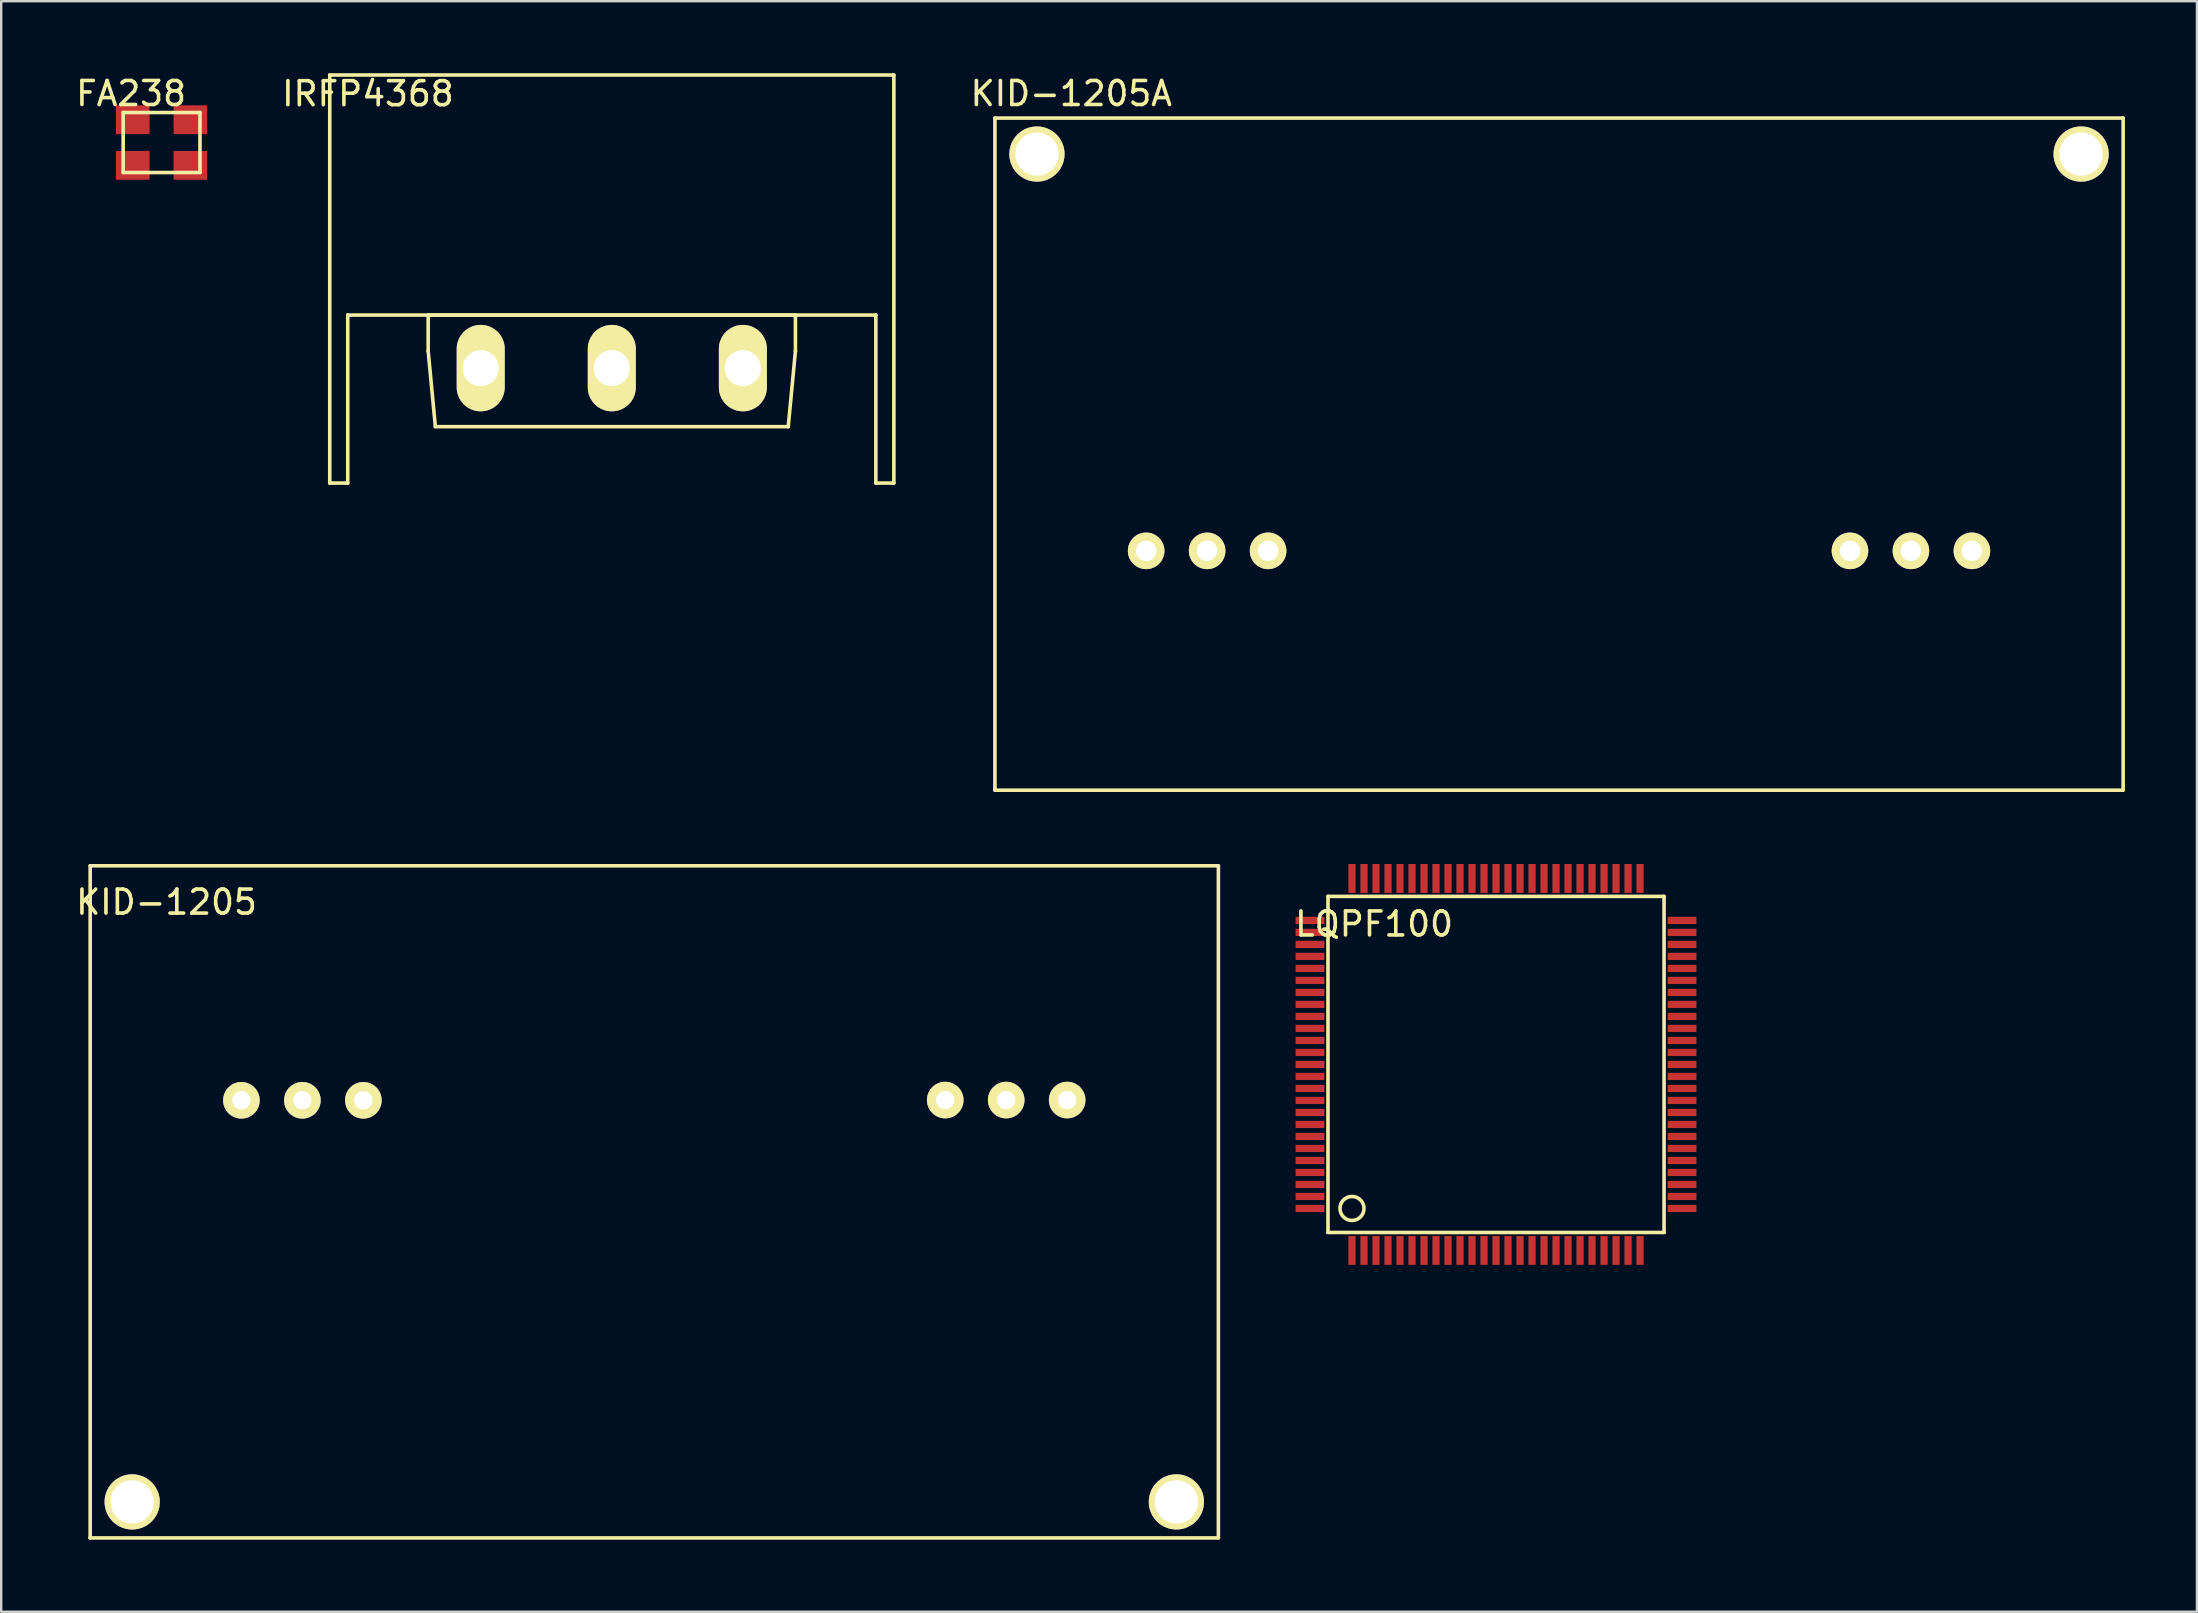
<source format=kicad_pcb>
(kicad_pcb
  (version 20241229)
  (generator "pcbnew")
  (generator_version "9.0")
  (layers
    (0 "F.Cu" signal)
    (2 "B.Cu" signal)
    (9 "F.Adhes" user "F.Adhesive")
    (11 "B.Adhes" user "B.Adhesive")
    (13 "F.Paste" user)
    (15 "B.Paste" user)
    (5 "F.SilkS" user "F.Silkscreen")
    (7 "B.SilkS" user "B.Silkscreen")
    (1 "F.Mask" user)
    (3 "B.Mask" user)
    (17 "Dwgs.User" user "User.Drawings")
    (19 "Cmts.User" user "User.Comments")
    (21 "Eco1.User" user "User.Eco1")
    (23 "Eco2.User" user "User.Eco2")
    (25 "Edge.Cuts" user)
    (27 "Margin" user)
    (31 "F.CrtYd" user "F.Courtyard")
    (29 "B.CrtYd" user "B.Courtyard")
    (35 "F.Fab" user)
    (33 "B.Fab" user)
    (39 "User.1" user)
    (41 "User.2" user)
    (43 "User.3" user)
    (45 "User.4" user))
  (footprint "FA238"
    (layer "F.Cu")
    (at 3.681 2.888)
    (property "Reference" "FA238" (at -1.27 -2.04 0) (layer "F.SilkS") (effects (font (size 1 1) (thickness 0.15))))
    (attr through_hole)
    (fp_line (start -1.6 -1.25) (end 1.6 -1.25) (stroke (width 0.15) (type solid)) (layer "F.SilkS"))
    (fp_line (start -1.6 1.25) (end -1.6 -1.25) (stroke (width 0.15) (type solid)) (layer "F.SilkS"))
    (fp_line (start 1.6 -1.25) (end 1.6 1.25) (stroke (width 0.15) (type solid)) (layer "F.SilkS"))
    (fp_line (start 1.6 1.25) (end -1.6 1.25) (stroke (width 0.15) (type solid)) (layer "F.SilkS"))
    (pad "1" smd rect (at -1.2 0.95) (size 1.4 1.2) (layers "F.Cu" "F.Mask" "F.Paste"))
    (pad "2" smd rect (at 1.2 0.95) (size 1.4 1.2) (layers "F.Cu" "F.Mask" "F.Paste"))
    (pad "3" smd rect (at 1.2 -0.95) (size 1.4 1.2) (layers "F.Cu" "F.Mask" "F.Paste"))
    (pad "4" smd rect (at -1.2 -0.95) (size 1.4 1.2) (layers "F.Cu" "F.Mask" "F.Paste")))
  (footprint "KID-1205"
    (layer "F.Cu")
    (at 24.207 42.788)
    (property "Reference" "KID-1205" (at -20.32 -8.255 0) (layer "F.SilkS") (effects (font (size 1 1) (thickness 0.15))))
    (attr through_hole)
    (fp_line (start -23.5 -9.77) (end -23.5 18.23) (stroke (width 0.15) (type solid)) (layer "F.SilkS"))
    (fp_line (start -23.5 18.23) (end -23.49 18.22) (stroke (width 0.15) (type solid)) (layer "F.SilkS"))
    (fp_line (start -23.5 18.23) (end 23.5 18.23) (stroke (width 0.15) (type solid)) (layer "F.SilkS"))
    (fp_line (start 23.5 -9.77) (end -23.5 -9.77) (stroke (width 0.15) (type solid)) (layer "F.SilkS"))
    (fp_line (start 23.5 18.23) (end 23.5 -9.77) (stroke (width 0.15) (type solid)) (layer "F.SilkS"))
    (pad "1" thru_hole circle (at 17.2 -0.01) (size 1.524 1.524) (drill 0.762) (layers "*.Cu" "*.Mask" "F.SilkS"))
    (pad "2" thru_hole circle (at 14.66 -0.01) (size 1.524 1.524) (drill 0.762) (layers "*.Cu" "*.Mask" "F.SilkS"))
    (pad "3" thru_hole circle (at 12.12 -0.01) (size 1.524 1.524) (drill 0.762) (layers "*.Cu" "*.Mask" "F.SilkS"))
    (pad "4" thru_hole circle (at -12.12 0) (size 1.524 1.524) (drill 0.762) (layers "*.Cu" "*.Mask" "F.SilkS"))
    (pad "5" thru_hole circle (at -14.66 0) (size 1.524 1.524) (drill 0.762) (layers "*.Cu" "*.Mask" "F.SilkS"))
    (pad "6" thru_hole circle (at -17.2 0) (size 1.524 1.524) (drill 0.762) (layers "*.Cu" "*.Mask" "F.SilkS"))
    (pad "~1" thru_hole circle (at -21.75 16.73) (size 2.3 2.3) (drill 1.8) (layers "*.Cu" "*.Mask" "F.SilkS"))
    (pad "~2" thru_hole circle (at 21.75 16.73) (size 2.3 2.3) (drill 1.8) (layers "*.Cu" "*.Mask" "F.SilkS")))
  (footprint "KID-1205A"
    (layer "F.Cu")
    (at 61.898 19.898)
    (property "Reference" "KID-1205A" (at -20.32 -19.05 0) (layer "F.SilkS") (effects (font (size 1 1) (thickness 0.15))))
    (attr through_hole)
    (fp_line (start -23.5 -18.03) (end -23.5 9.97) (stroke (width 0.15) (type solid)) (layer "F.SilkS"))
    (fp_line (start -23.5 9.97) (end 23.5 9.97) (stroke (width 0.15) (type solid)) (layer "F.SilkS"))
    (fp_line (start 23.5 -18.03) (end -23.5 -18.03) (stroke (width 0.15) (type solid)) (layer "F.SilkS"))
    (fp_line (start 23.5 9.97) (end 23.5 -18.03) (stroke (width 0.15) (type solid)) (layer "F.SilkS"))
    (pad "1" thru_hole circle (at 17.2 0) (size 1.524 1.524) (drill 0.85) (layers "*.Cu" "*.Mask" "F.SilkS"))
    (pad "2" thru_hole circle (at 14.66 0) (size 1.524 1.524) (drill 0.85) (layers "*.Cu" "*.Mask" "F.SilkS"))
    (pad "3" thru_hole circle (at 12.12 0) (size 1.524 1.524) (drill 0.85) (layers "*.Cu" "*.Mask" "F.SilkS"))
    (pad "4" thru_hole circle (at -12.12 0) (size 1.524 1.524) (drill 0.85) (layers "*.Cu" "*.Mask" "F.SilkS"))
    (pad "5" thru_hole circle (at -14.66 0) (size 1.524 1.524) (drill 0.85) (layers "*.Cu" "*.Mask" "F.SilkS"))
    (pad "6" thru_hole circle (at -17.2 0) (size 1.524 1.524) (drill 0.85) (layers "*.Cu" "*.Mask" "F.SilkS"))
    (pad "~" thru_hole circle (at -21.75 -16.53) (size 2.3 2.3) (drill 1.8) (layers "*.Cu" "*.Mask" "F.SilkS"))
    (pad "~" thru_hole circle (at 21.75 -16.53) (size 2.3 2.3) (drill 1.8) (layers "*.Cu" "*.Mask" "F.SilkS")))
  (footprint "LQPF100"
    (layer "F.Cu")
    (at 59.273 41.293)
    (property "Reference" "LQPF100" (at -5.08 -5.85 0) (layer "F.SilkS") (effects (font (size 1 1) (thickness 0.15))))
    (attr through_hole)
    (fp_line (start -7 -7) (end 7 -7) (stroke (width 0.15) (type solid)) (layer "F.SilkS"))
    (fp_line (start -7 7) (end -7 -7) (stroke (width 0.15) (type solid)) (layer "F.SilkS"))
    (fp_line (start 7 -7) (end 7 7) (stroke (width 0.15) (type solid)) (layer "F.SilkS"))
    (fp_line (start 7 7) (end -7 7) (stroke (width 0.15) (type solid)) (layer "F.SilkS"))
    (fp_circle (center -6 6) (end -6 6.5) (stroke (width 0.15) (type solid)) (fill no) (layer "F.SilkS"))
    (pad "1" smd rect (at -6 7.75) (size 0.3 1.2) (layers "F.Cu" "F.Mask" "F.Paste"))
    (pad "2" smd rect (at -5.5 7.75) (size 0.3 1.2) (layers "F.Cu" "F.Mask" "F.Paste"))
    (pad "3" smd rect (at -5 7.75) (size 0.3 1.2) (layers "F.Cu" "F.Mask" "F.Paste"))
    (pad "4" smd rect (at -4.5 7.75) (size 0.3 1.2) (layers "F.Cu" "F.Mask" "F.Paste"))
    (pad "5" smd rect (at -4 7.75) (size 0.3 1.2) (layers "F.Cu" "F.Mask" "F.Paste"))
    (pad "6" smd rect (at -3.5 7.75) (size 0.3 1.2) (layers "F.Cu" "F.Mask" "F.Paste"))
    (pad "7" smd rect (at -3 7.75) (size 0.3 1.2) (layers "F.Cu" "F.Mask" "F.Paste"))
    (pad "8" smd rect (at -2.5 7.75) (size 0.3 1.2) (layers "F.Cu" "F.Mask" "F.Paste"))
    (pad "9" smd rect (at -2 7.75) (size 0.3 1.2) (layers "F.Cu" "F.Mask" "F.Paste"))
    (pad "10" smd rect (at -1.5 7.75) (size 0.3 1.2) (layers "F.Cu" "F.Mask" "F.Paste"))
    (pad "11" smd rect (at -1 7.75) (size 0.3 1.2) (layers "F.Cu" "F.Mask" "F.Paste"))
    (pad "12" smd rect (at -0.5 7.75) (size 0.3 1.2) (layers "F.Cu" "F.Mask" "F.Paste"))
    (pad "13" smd rect (at 0 7.75) (size 0.3 1.2) (layers "F.Cu" "F.Mask" "F.Paste"))
    (pad "14" smd rect (at 0.5 7.75) (size 0.3 1.2) (layers "F.Cu" "F.Mask" "F.Paste"))
    (pad "15" smd rect (at 1 7.75) (size 0.3 1.2) (layers "F.Cu" "F.Mask" "F.Paste"))
    (pad "16" smd rect (at 1.5 7.75) (size 0.3 1.2) (layers "F.Cu" "F.Mask" "F.Paste"))
    (pad "17" smd rect (at 2 7.75) (size 0.3 1.2) (layers "F.Cu" "F.Mask" "F.Paste"))
    (pad "18" smd rect (at 2.5 7.75) (size 0.3 1.2) (layers "F.Cu" "F.Mask" "F.Paste"))
    (pad "19" smd rect (at 3 7.75) (size 0.3 1.2) (layers "F.Cu" "F.Mask" "F.Paste"))
    (pad "20" smd rect (at 3.5 7.75) (size 0.3 1.2) (layers "F.Cu" "F.Mask" "F.Paste"))
    (pad "21" smd rect (at 4 7.75) (size 0.3 1.2) (layers "F.Cu" "F.Mask" "F.Paste"))
    (pad "22" smd rect (at 4.5 7.75) (size 0.3 1.2) (layers "F.Cu" "F.Mask" "F.Paste"))
    (pad "23" smd rect (at 5 7.75) (size 0.3 1.2) (layers "F.Cu" "F.Mask" "F.Paste"))
    (pad "24" smd rect (at 5.5 7.75) (size 0.3 1.2) (layers "F.Cu" "F.Mask" "F.Paste"))
    (pad "25" smd rect (at 6 7.75) (size 0.3 1.2) (layers "F.Cu" "F.Mask" "F.Paste"))
    (pad "26" smd rect (at 7.75 6 90) (size 0.3 1.2) (layers "F.Cu" "F.Mask" "F.Paste"))
    (pad "27" smd rect (at 7.75 5.5 90) (size 0.3 1.2) (layers "F.Cu" "F.Mask" "F.Paste"))
    (pad "28" smd rect (at 7.75 5 90) (size 0.3 1.2) (layers "F.Cu" "F.Mask" "F.Paste"))
    (pad "29" smd rect (at 7.75 4.5 90) (size 0.3 1.2) (layers "F.Cu" "F.Mask" "F.Paste"))
    (pad "30" smd rect (at 7.75 4 90) (size 0.3 1.2) (layers "F.Cu" "F.Mask" "F.Paste"))
    (pad "31" smd rect (at 7.75 3.5 90) (size 0.3 1.2) (layers "F.Cu" "F.Mask" "F.Paste"))
    (pad "32" smd rect (at 7.75 3 90) (size 0.3 1.2) (layers "F.Cu" "F.Mask" "F.Paste"))
    (pad "33" smd rect (at 7.75 2.5 90) (size 0.3 1.2) (layers "F.Cu" "F.Mask" "F.Paste"))
    (pad "34" smd rect (at 7.75 2 90) (size 0.3 1.2) (layers "F.Cu" "F.Mask" "F.Paste"))
    (pad "35" smd rect (at 7.75 1.5 90) (size 0.3 1.2) (layers "F.Cu" "F.Mask" "F.Paste"))
    (pad "36" smd rect (at 7.75 1 90) (size 0.3 1.2) (layers "F.Cu" "F.Mask" "F.Paste"))
    (pad "37" smd rect (at 7.75 0.5 90) (size 0.3 1.2) (layers "F.Cu" "F.Mask" "F.Paste"))
    (pad "38" smd rect (at 7.75 0 90) (size 0.3 1.2) (layers "F.Cu" "F.Mask" "F.Paste"))
    (pad "39" smd rect (at 7.75 -0.5 90) (size 0.3 1.2) (layers "F.Cu" "F.Mask" "F.Paste"))
    (pad "40" smd rect (at 7.75 -1 90) (size 0.3 1.2) (layers "F.Cu" "F.Mask" "F.Paste"))
    (pad "41" smd rect (at 7.75 -1.5 90) (size 0.3 1.2) (layers "F.Cu" "F.Mask" "F.Paste"))
    (pad "42" smd rect (at 7.75 -2 90) (size 0.3 1.2) (layers "F.Cu" "F.Mask" "F.Paste"))
    (pad "43" smd rect (at 7.75 -2.5 90) (size 0.3 1.2) (layers "F.Cu" "F.Mask" "F.Paste"))
    (pad "44" smd rect (at 7.75 -3 90) (size 0.3 1.2) (layers "F.Cu" "F.Mask" "F.Paste"))
    (pad "45" smd rect (at 7.75 -3.5 90) (size 0.3 1.2) (layers "F.Cu" "F.Mask" "F.Paste"))
    (pad "46" smd rect (at 7.75 -4 90) (size 0.3 1.2) (layers "F.Cu" "F.Mask" "F.Paste"))
    (pad "47" smd rect (at 7.75 -4.5 90) (size 0.3 1.2) (layers "F.Cu" "F.Mask" "F.Paste"))
    (pad "48" smd rect (at 7.75 -5 90) (size 0.3 1.2) (layers "F.Cu" "F.Mask" "F.Paste"))
    (pad "49" smd rect (at 7.75 -5.5 90) (size 0.3 1.2) (layers "F.Cu" "F.Mask" "F.Paste"))
    (pad "50" smd rect (at 7.75 -6 90) (size 0.3 1.2) (layers "F.Cu" "F.Mask" "F.Paste"))
    (pad "51" smd rect (at 6 -7.75 180) (size 0.3 1.2) (layers "F.Cu" "F.Mask" "F.Paste"))
    (pad "52" smd rect (at 5.5 -7.75 180) (size 0.3 1.2) (layers "F.Cu" "F.Mask" "F.Paste"))
    (pad "53" smd rect (at 5 -7.75 180) (size 0.3 1.2) (layers "F.Cu" "F.Mask" "F.Paste"))
    (pad "54" smd rect (at 4.5 -7.75 180) (size 0.3 1.2) (layers "F.Cu" "F.Mask" "F.Paste"))
    (pad "55" smd rect (at 4 -7.75 180) (size 0.3 1.2) (layers "F.Cu" "F.Mask" "F.Paste"))
    (pad "56" smd rect (at 3.5 -7.75 180) (size 0.3 1.2) (layers "F.Cu" "F.Mask" "F.Paste"))
    (pad "57" smd rect (at 3 -7.75 180) (size 0.3 1.2) (layers "F.Cu" "F.Mask" "F.Paste"))
    (pad "58" smd rect (at 2.5 -7.75 180) (size 0.3 1.2) (layers "F.Cu" "F.Mask" "F.Paste"))
    (pad "59" smd rect (at 2 -7.75 180) (size 0.3 1.2) (layers "F.Cu" "F.Mask" "F.Paste"))
    (pad "60" smd rect (at 1.5 -7.75 180) (size 0.3 1.2) (layers "F.Cu" "F.Mask" "F.Paste"))
    (pad "61" smd rect (at 1 -7.75 180) (size 0.3 1.2) (layers "F.Cu" "F.Mask" "F.Paste"))
    (pad "62" smd rect (at 0.5 -7.75 180) (size 0.3 1.2) (layers "F.Cu" "F.Mask" "F.Paste"))
    (pad "63" smd rect (at 0 -7.75 180) (size 0.3 1.2) (layers "F.Cu" "F.Mask" "F.Paste"))
    (pad "64" smd rect (at -0.5 -7.75 180) (size 0.3 1.2) (layers "F.Cu" "F.Mask" "F.Paste"))
    (pad "65" smd rect (at -1 -7.75 180) (size 0.3 1.2) (layers "F.Cu" "F.Mask" "F.Paste"))
    (pad "66" smd rect (at -1.5 -7.75 180) (size 0.3 1.2) (layers "F.Cu" "F.Mask" "F.Paste"))
    (pad "67" smd rect (at -2 -7.75 180) (size 0.3 1.2) (layers "F.Cu" "F.Mask" "F.Paste"))
    (pad "68" smd rect (at -2.5 -7.75 180) (size 0.3 1.2) (layers "F.Cu" "F.Mask" "F.Paste"))
    (pad "69" smd rect (at -3 -7.75 180) (size 0.3 1.2) (layers "F.Cu" "F.Mask" "F.Paste"))
    (pad "70" smd rect (at -3.5 -7.75 180) (size 0.3 1.2) (layers "F.Cu" "F.Mask" "F.Paste"))
    (pad "71" smd rect (at -4 -7.75 180) (size 0.3 1.2) (layers "F.Cu" "F.Mask" "F.Paste"))
    (pad "72" smd rect (at -4.5 -7.75 180) (size 0.3 1.2) (layers "F.Cu" "F.Mask" "F.Paste"))
    (pad "73" smd rect (at -5 -7.75 180) (size 0.3 1.2) (layers "F.Cu" "F.Mask" "F.Paste"))
    (pad "74" smd rect (at -5.5 -7.75 180) (size 0.3 1.2) (layers "F.Cu" "F.Mask" "F.Paste"))
    (pad "75" smd rect (at -6 -7.75 180) (size 0.3 1.2) (layers "F.Cu" "F.Mask" "F.Paste"))
    (pad "76" smd rect (at -7.75 -6 270) (size 0.3 1.2) (layers "F.Cu" "F.Mask" "F.Paste"))
    (pad "77" smd rect (at -7.75 -5.5 270) (size 0.3 1.2) (layers "F.Cu" "F.Mask" "F.Paste"))
    (pad "78" smd rect (at -7.75 -5 270) (size 0.3 1.2) (layers "F.Cu" "F.Mask" "F.Paste"))
    (pad "79" smd rect (at -7.75 -4.5 270) (size 0.3 1.2) (layers "F.Cu" "F.Mask" "F.Paste"))
    (pad "80" smd rect (at -7.75 -4 270) (size 0.3 1.2) (layers "F.Cu" "F.Mask" "F.Paste"))
    (pad "81" smd rect (at -7.75 -3.5 270) (size 0.3 1.2) (layers "F.Cu" "F.Mask" "F.Paste"))
    (pad "82" smd rect (at -7.75 -3 270) (size 0.3 1.2) (layers "F.Cu" "F.Mask" "F.Paste"))
    (pad "83" smd rect (at -7.75 -2.5 270) (size 0.3 1.2) (layers "F.Cu" "F.Mask" "F.Paste"))
    (pad "84" smd rect (at -7.75 -2 270) (size 0.3 1.2) (layers "F.Cu" "F.Mask" "F.Paste"))
    (pad "85" smd rect (at -7.75 -1.5 270) (size 0.3 1.2) (layers "F.Cu" "F.Mask" "F.Paste"))
    (pad "86" smd rect (at -7.75 -1 270) (size 0.3 1.2) (layers "F.Cu" "F.Mask" "F.Paste"))
    (pad "87" smd rect (at -7.75 -0.5 270) (size 0.3 1.2) (layers "F.Cu" "F.Mask" "F.Paste"))
    (pad "88" smd rect (at -7.75 0 270) (size 0.3 1.2) (layers "F.Cu" "F.Mask" "F.Paste"))
    (pad "89" smd rect (at -7.75 0.5 270) (size 0.3 1.2) (layers "F.Cu" "F.Mask" "F.Paste"))
    (pad "90" smd rect (at -7.75 1 270) (size 0.3 1.2) (layers "F.Cu" "F.Mask" "F.Paste"))
    (pad "91" smd rect (at -7.75 1.5 270) (size 0.3 1.2) (layers "F.Cu" "F.Mask" "F.Paste"))
    (pad "92" smd rect (at -7.75 2 270) (size 0.3 1.2) (layers "F.Cu" "F.Mask" "F.Paste"))
    (pad "93" smd rect (at -7.75 2.5 270) (size 0.3 1.2) (layers "F.Cu" "F.Mask" "F.Paste"))
    (pad "94" smd rect (at -7.75 3 270) (size 0.3 1.2) (layers "F.Cu" "F.Mask" "F.Paste"))
    (pad "95" smd rect (at -7.75 3.5 270) (size 0.3 1.2) (layers "F.Cu" "F.Mask" "F.Paste"))
    (pad "96" smd rect (at -7.75 4 270) (size 0.3 1.2) (layers "F.Cu" "F.Mask" "F.Paste"))
    (pad "97" smd rect (at -7.75 4.5 270) (size 0.3 1.2) (layers "F.Cu" "F.Mask" "F.Paste"))
    (pad "98" smd rect (at -7.75 5 270) (size 0.3 1.2) (layers "F.Cu" "F.Mask" "F.Paste"))
    (pad "99" smd rect (at -7.75 5.5 270) (size 0.3 1.2) (layers "F.Cu" "F.Mask" "F.Paste"))
    (pad "100" smd rect (at -7.75 6 270) (size 0.3 1.2) (layers "F.Cu" "F.Mask" "F.Paste")))
  (footprint "IRFP4368"
    (layer "F.Cu")
    (at 22.437 12.285)
    (property "Reference" "IRFP4368" (at -10.16 -11.43 0) (layer "F.SilkS") (effects (font (size 1 1) (thickness 0.15))))
    (attr through_hole)
    (fp_line (start -11.75 -12.21) (end -11.75 4.79) (stroke (width 0.15) (type solid)) (layer "F.SilkS"))
    (fp_line (start -11.75 4.79) (end -11 4.79) (stroke (width 0.15) (type solid)) (layer "F.SilkS"))
    (fp_line (start -11 -2.21) (end -7.65 -2.21) (stroke (width 0.15) (type solid)) (layer "F.SilkS"))
    (fp_line (start -11 4.79) (end -11 -2.21) (stroke (width 0.15) (type solid)) (layer "F.SilkS"))
    (fp_line (start -7.65 -2.21) (end -7.65 -0.71) (stroke (width 0.15) (type solid)) (layer "F.SilkS"))
    (fp_line (start -7.65 -2.21) (end 7.65 -2.21) (stroke (width 0.15) (type solid)) (layer "F.SilkS"))
    (fp_line (start -7.65 -0.71) (end -7.35 2.44) (stroke (width 0.15) (type solid)) (layer "F.SilkS"))
    (fp_line (start -7.35 2.44) (end 7.35 2.44) (stroke (width 0.15) (type solid)) (layer "F.SilkS"))
    (fp_line (start 7.35 2.44) (end 7.65 -0.71) (stroke (width 0.15) (type solid)) (layer "F.SilkS"))
    (fp_line (start 7.65 -2.21) (end -7.65 -2.21) (stroke (width 0.15) (type solid)) (layer "F.SilkS"))
    (fp_line (start 7.65 -2.21) (end 11 -2.21) (stroke (width 0.15) (type solid)) (layer "F.SilkS"))
    (fp_line (start 7.65 -0.71) (end 7.65 -2.21) (stroke (width 0.15) (type solid)) (layer "F.SilkS"))
    (fp_line (start 11 -2.21) (end 11 4.79) (stroke (width 0.15) (type solid)) (layer "F.SilkS"))
    (fp_line (start 11 4.79) (end 11.75 4.79) (stroke (width 0.15) (type solid)) (layer "F.SilkS"))
    (fp_line (start 11.75 -12.21) (end -11.75 -12.21) (stroke (width 0.15) (type solid)) (layer "F.SilkS"))
    (fp_line (start 11.75 4.79) (end 11.75 -12.21) (stroke (width 0.15) (type solid)) (layer "F.SilkS"))
    (pad "1" thru_hole oval (at 5.461 0) (size 2 3.6) (drill 1.5) (layers "*.Cu" "*.Mask" "F.SilkS"))
    (pad "2" thru_hole oval (at -5.461 0) (size 2 3.6) (drill 1.5) (layers "*.Cu" "*.Mask" "F.SilkS"))
    (pad "3" thru_hole oval (at 0 0) (size 2 3.6) (drill 1.5) (layers "*.Cu" "*.Mask" "F.SilkS")))
  (gr_rect
    (start -3 -3)
    (end 88.473 64.093)
    (stroke (width 0.1) (type default))
    (fill no)
    (layer "Edge.Cuts")))
</source>
